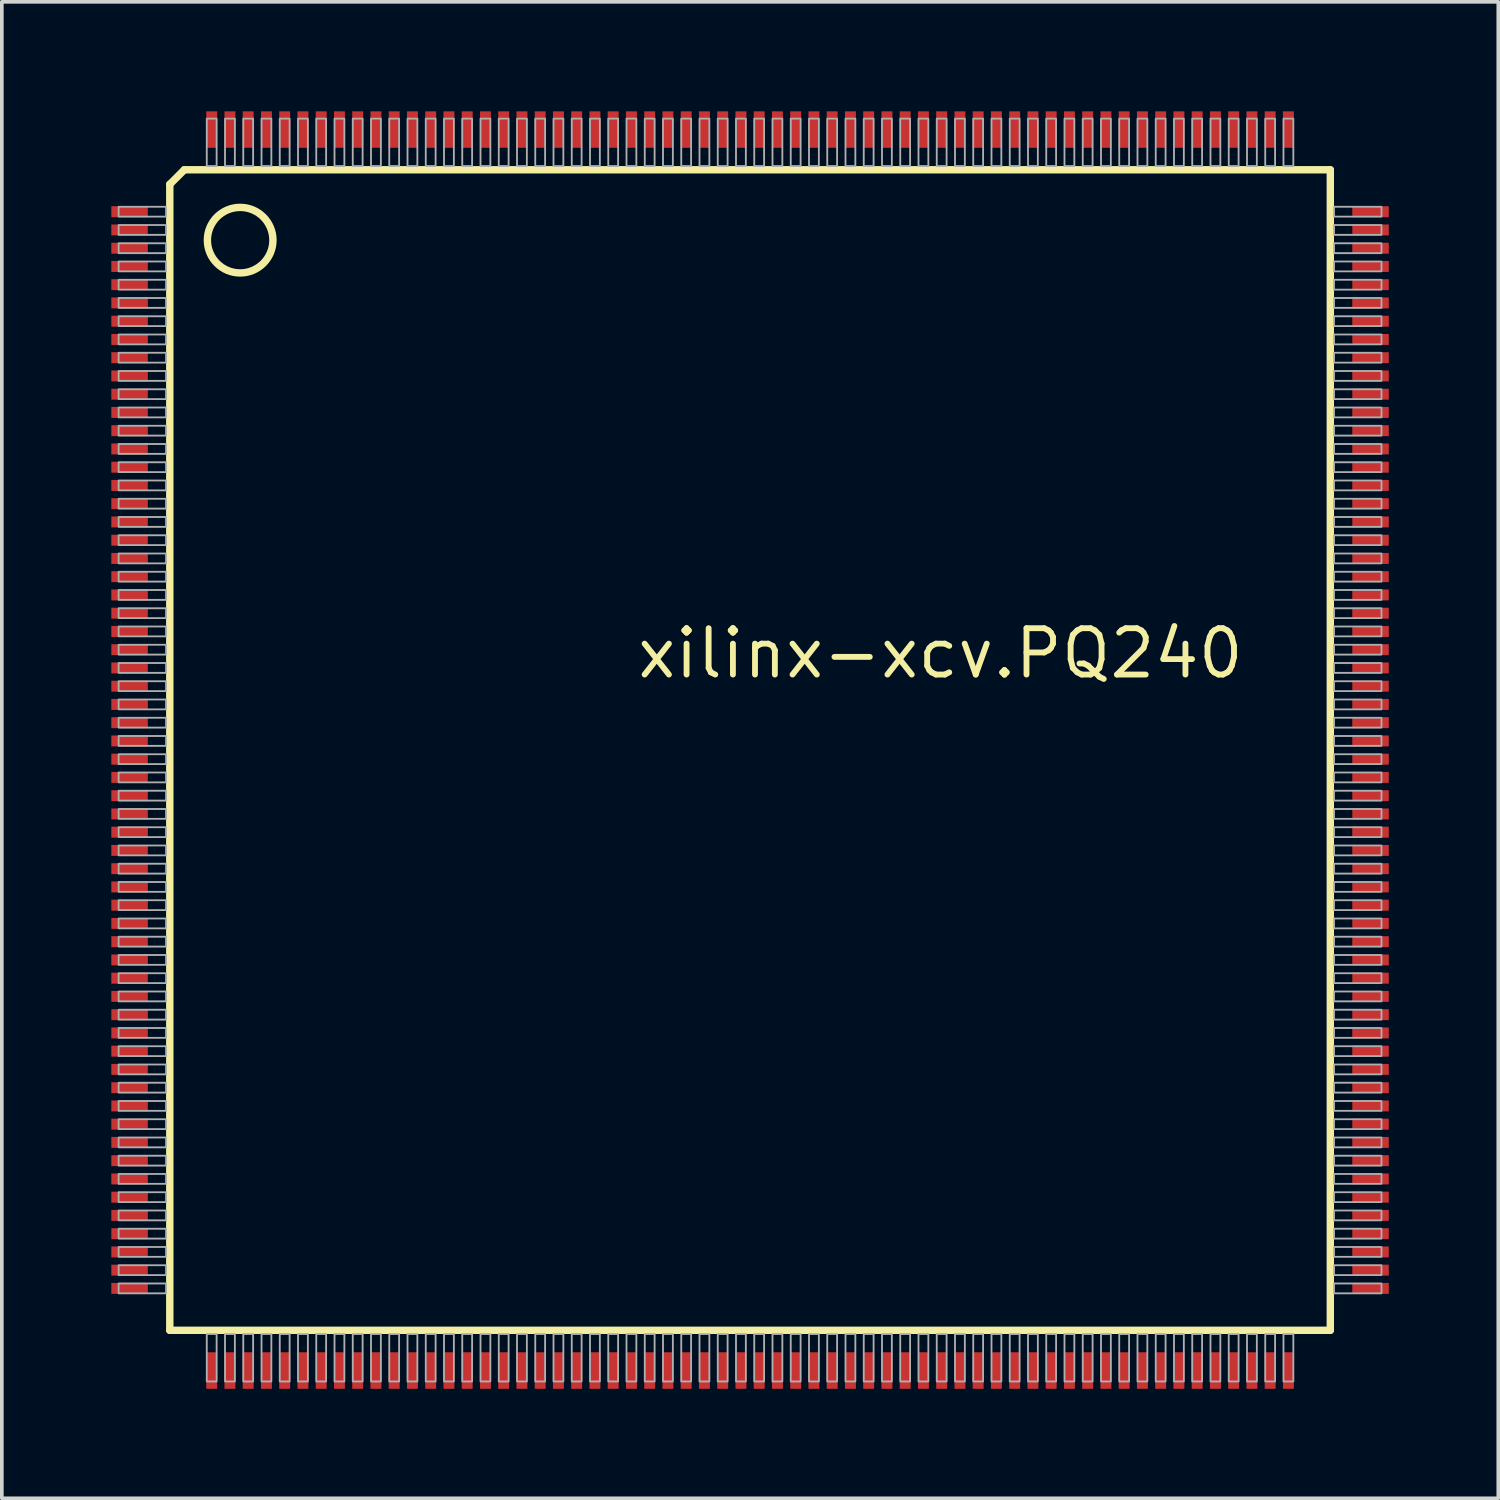
<source format=kicad_pcb>
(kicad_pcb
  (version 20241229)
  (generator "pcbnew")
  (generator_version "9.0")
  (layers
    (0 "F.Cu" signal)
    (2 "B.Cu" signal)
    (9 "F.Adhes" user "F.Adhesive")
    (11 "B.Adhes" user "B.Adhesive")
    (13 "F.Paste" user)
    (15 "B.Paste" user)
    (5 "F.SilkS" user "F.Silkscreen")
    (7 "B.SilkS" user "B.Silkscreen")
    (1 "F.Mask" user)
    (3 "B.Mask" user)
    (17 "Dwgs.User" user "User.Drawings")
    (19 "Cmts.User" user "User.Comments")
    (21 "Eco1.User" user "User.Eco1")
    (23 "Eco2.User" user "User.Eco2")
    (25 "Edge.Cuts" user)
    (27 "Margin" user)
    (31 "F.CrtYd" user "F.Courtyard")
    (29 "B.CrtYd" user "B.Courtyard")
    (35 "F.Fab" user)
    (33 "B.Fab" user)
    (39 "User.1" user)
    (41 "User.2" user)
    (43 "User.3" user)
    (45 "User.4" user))
  (footprint "xilinx-xcv.PQ240"
    (layer "F.Cu")
    (at 17.5 17.5)
    (property "Reference" "xilinx-xcv.PQ240" (at -3.175 -1.905 0) (layer "F.SilkS") (effects (font (size 1.27 1.27) (thickness 0.16)) (justify left bottom)))
    (attr smd)
    (fp_line (start -15.898 -15.5) (end -15.898 15.898) (stroke (width 0.203) (type default)) (layer "F.SilkS"))
    (fp_line (start -15.898 -15.5) (end -15.5 -15.898) (stroke (width 0.203) (type default)) (layer "F.SilkS"))
    (fp_line (start -15.898 15.898) (end 15.898 15.898) (stroke (width 0.203) (type default)) (layer "F.SilkS"))
    (fp_line (start 15.898 -15.898) (end -15.5 -15.898) (stroke (width 0.203) (type default)) (layer "F.SilkS"))
    (fp_line (start 15.898 15.898) (end 15.898 -15.898) (stroke (width 0.203) (type default)) (layer "F.SilkS"))
    (fp_circle (center -13.97 -13.97) (end -13.072 -13.97) (stroke (width 0.203) (type default)) (fill no) (layer "F.SilkS"))
    (fp_rect (start -17.3 -14.615) (end -16 -14.885) (stroke (width 0.05) (type default)) (fill no) (layer "F.Fab"))
    (fp_rect (start -17.3 -14.115) (end -16 -14.385) (stroke (width 0.05) (type default)) (fill no) (layer "F.Fab"))
    (fp_rect (start -17.3 -13.615) (end -16 -13.885) (stroke (width 0.05) (type default)) (fill no) (layer "F.Fab"))
    (fp_rect (start -17.3 -13.115) (end -16 -13.385) (stroke (width 0.05) (type default)) (fill no) (layer "F.Fab"))
    (fp_rect (start -17.3 -12.615) (end -16 -12.885) (stroke (width 0.05) (type default)) (fill no) (layer "F.Fab"))
    (fp_rect (start -17.3 -12.115) (end -16 -12.385) (stroke (width 0.05) (type default)) (fill no) (layer "F.Fab"))
    (fp_rect (start -17.3 -11.615) (end -16 -11.885) (stroke (width 0.05) (type default)) (fill no) (layer "F.Fab"))
    (fp_rect (start -17.3 -11.115) (end -16 -11.385) (stroke (width 0.05) (type default)) (fill no) (layer "F.Fab"))
    (fp_rect (start -17.3 -10.615) (end -16 -10.885) (stroke (width 0.05) (type default)) (fill no) (layer "F.Fab"))
    (fp_rect (start -17.3 -10.115) (end -16 -10.385) (stroke (width 0.05) (type default)) (fill no) (layer "F.Fab"))
    (fp_rect (start -17.3 -9.615) (end -16 -9.885) (stroke (width 0.05) (type default)) (fill no) (layer "F.Fab"))
    (fp_rect (start -17.3 -9.115) (end -16 -9.385) (stroke (width 0.05) (type default)) (fill no) (layer "F.Fab"))
    (fp_rect (start -17.3 -8.615) (end -16 -8.885) (stroke (width 0.05) (type default)) (fill no) (layer "F.Fab"))
    (fp_rect (start -17.3 -8.115) (end -16 -8.385) (stroke (width 0.05) (type default)) (fill no) (layer "F.Fab"))
    (fp_rect (start -17.3 -7.615) (end -16 -7.885) (stroke (width 0.05) (type default)) (fill no) (layer "F.Fab"))
    (fp_rect (start -17.3 -7.115) (end -16 -7.385) (stroke (width 0.05) (type default)) (fill no) (layer "F.Fab"))
    (fp_rect (start -17.3 -6.615) (end -16 -6.885) (stroke (width 0.05) (type default)) (fill no) (layer "F.Fab"))
    (fp_rect (start -17.3 -6.115) (end -16 -6.385) (stroke (width 0.05) (type default)) (fill no) (layer "F.Fab"))
    (fp_rect (start -17.3 -5.615) (end -16 -5.885) (stroke (width 0.05) (type default)) (fill no) (layer "F.Fab"))
    (fp_rect (start -17.3 -5.115) (end -16 -5.385) (stroke (width 0.05) (type default)) (fill no) (layer "F.Fab"))
    (fp_rect (start -17.3 -4.615) (end -16 -4.885) (stroke (width 0.05) (type default)) (fill no) (layer "F.Fab"))
    (fp_rect (start -17.3 -4.115) (end -16 -4.385) (stroke (width 0.05) (type default)) (fill no) (layer "F.Fab"))
    (fp_rect (start -17.3 -3.615) (end -16 -3.885) (stroke (width 0.05) (type default)) (fill no) (layer "F.Fab"))
    (fp_rect (start -17.3 -3.115) (end -16 -3.385) (stroke (width 0.05) (type default)) (fill no) (layer "F.Fab"))
    (fp_rect (start -17.3 -2.615) (end -16 -2.885) (stroke (width 0.05) (type default)) (fill no) (layer "F.Fab"))
    (fp_rect (start -17.3 -2.115) (end -16 -2.385) (stroke (width 0.05) (type default)) (fill no) (layer "F.Fab"))
    (fp_rect (start -17.3 -1.615) (end -16 -1.885) (stroke (width 0.05) (type default)) (fill no) (layer "F.Fab"))
    (fp_rect (start -17.3 -1.115) (end -16 -1.385) (stroke (width 0.05) (type default)) (fill no) (layer "F.Fab"))
    (fp_rect (start -17.3 -0.615) (end -16 -0.885) (stroke (width 0.05) (type default)) (fill no) (layer "F.Fab"))
    (fp_rect (start -17.3 -0.115) (end -16 -0.385) (stroke (width 0.05) (type default)) (fill no) (layer "F.Fab"))
    (fp_rect (start -17.3 0.385) (end -16 0.115) (stroke (width 0.05) (type default)) (fill no) (layer "F.Fab"))
    (fp_rect (start -17.3 0.885) (end -16 0.615) (stroke (width 0.05) (type default)) (fill no) (layer "F.Fab"))
    (fp_rect (start -17.3 1.385) (end -16 1.115) (stroke (width 0.05) (type default)) (fill no) (layer "F.Fab"))
    (fp_rect (start -17.3 1.885) (end -16 1.615) (stroke (width 0.05) (type default)) (fill no) (layer "F.Fab"))
    (fp_rect (start -17.3 2.385) (end -16 2.115) (stroke (width 0.05) (type default)) (fill no) (layer "F.Fab"))
    (fp_rect (start -17.3 2.885) (end -16 2.615) (stroke (width 0.05) (type default)) (fill no) (layer "F.Fab"))
    (fp_rect (start -17.3 3.385) (end -16 3.115) (stroke (width 0.05) (type default)) (fill no) (layer "F.Fab"))
    (fp_rect (start -17.3 3.885) (end -16 3.615) (stroke (width 0.05) (type default)) (fill no) (layer "F.Fab"))
    (fp_rect (start -17.3 4.385) (end -16 4.115) (stroke (width 0.05) (type default)) (fill no) (layer "F.Fab"))
    (fp_rect (start -17.3 4.885) (end -16 4.615) (stroke (width 0.05) (type default)) (fill no) (layer "F.Fab"))
    (fp_rect (start -17.3 5.385) (end -16 5.115) (stroke (width 0.05) (type default)) (fill no) (layer "F.Fab"))
    (fp_rect (start -17.3 5.885) (end -16 5.615) (stroke (width 0.05) (type default)) (fill no) (layer "F.Fab"))
    (fp_rect (start -17.3 6.385) (end -16 6.115) (stroke (width 0.05) (type default)) (fill no) (layer "F.Fab"))
    (fp_rect (start -17.3 6.885) (end -16 6.615) (stroke (width 0.05) (type default)) (fill no) (layer "F.Fab"))
    (fp_rect (start -17.3 7.385) (end -16 7.115) (stroke (width 0.05) (type default)) (fill no) (layer "F.Fab"))
    (fp_rect (start -17.3 7.885) (end -16 7.615) (stroke (width 0.05) (type default)) (fill no) (layer "F.Fab"))
    (fp_rect (start -17.3 8.385) (end -16 8.115) (stroke (width 0.05) (type default)) (fill no) (layer "F.Fab"))
    (fp_rect (start -17.3 8.885) (end -16 8.615) (stroke (width 0.05) (type default)) (fill no) (layer "F.Fab"))
    (fp_rect (start -17.3 9.385) (end -16 9.115) (stroke (width 0.05) (type default)) (fill no) (layer "F.Fab"))
    (fp_rect (start -17.3 9.885) (end -16 9.615) (stroke (width 0.05) (type default)) (fill no) (layer "F.Fab"))
    (fp_rect (start -17.3 10.385) (end -16 10.115) (stroke (width 0.05) (type default)) (fill no) (layer "F.Fab"))
    (fp_rect (start -17.3 10.885) (end -16 10.615) (stroke (width 0.05) (type default)) (fill no) (layer "F.Fab"))
    (fp_rect (start -17.3 11.385) (end -16 11.115) (stroke (width 0.05) (type default)) (fill no) (layer "F.Fab"))
    (fp_rect (start -17.3 11.885) (end -16 11.615) (stroke (width 0.05) (type default)) (fill no) (layer "F.Fab"))
    (fp_rect (start -17.3 12.385) (end -16 12.115) (stroke (width 0.05) (type default)) (fill no) (layer "F.Fab"))
    (fp_rect (start -17.3 12.885) (end -16 12.615) (stroke (width 0.05) (type default)) (fill no) (layer "F.Fab"))
    (fp_rect (start -17.3 13.385) (end -16 13.115) (stroke (width 0.05) (type default)) (fill no) (layer "F.Fab"))
    (fp_rect (start -17.3 13.885) (end -16 13.615) (stroke (width 0.05) (type default)) (fill no) (layer "F.Fab"))
    (fp_rect (start -17.3 14.385) (end -16 14.115) (stroke (width 0.05) (type default)) (fill no) (layer "F.Fab"))
    (fp_rect (start -17.3 14.885) (end -16 14.615) (stroke (width 0.05) (type default)) (fill no) (layer "F.Fab"))
    (fp_rect (start -14.885 -16) (end -14.615 -17.3) (stroke (width 0.05) (type default)) (fill no) (layer "F.Fab"))
    (fp_rect (start -14.885 17.3) (end -14.615 16) (stroke (width 0.05) (type default)) (fill no) (layer "F.Fab"))
    (fp_rect (start -14.385 -16) (end -14.115 -17.3) (stroke (width 0.05) (type default)) (fill no) (layer "F.Fab"))
    (fp_rect (start -14.385 17.3) (end -14.115 16) (stroke (width 0.05) (type default)) (fill no) (layer "F.Fab"))
    (fp_rect (start -13.885 -16) (end -13.615 -17.3) (stroke (width 0.05) (type default)) (fill no) (layer "F.Fab"))
    (fp_rect (start -13.885 17.3) (end -13.615 16) (stroke (width 0.05) (type default)) (fill no) (layer "F.Fab"))
    (fp_rect (start -13.385 -16) (end -13.115 -17.3) (stroke (width 0.05) (type default)) (fill no) (layer "F.Fab"))
    (fp_rect (start -13.385 17.3) (end -13.115 16) (stroke (width 0.05) (type default)) (fill no) (layer "F.Fab"))
    (fp_rect (start -12.885 -16) (end -12.615 -17.3) (stroke (width 0.05) (type default)) (fill no) (layer "F.Fab"))
    (fp_rect (start -12.885 17.3) (end -12.615 16) (stroke (width 0.05) (type default)) (fill no) (layer "F.Fab"))
    (fp_rect (start -12.385 -16) (end -12.115 -17.3) (stroke (width 0.05) (type default)) (fill no) (layer "F.Fab"))
    (fp_rect (start -12.385 17.3) (end -12.115 16) (stroke (width 0.05) (type default)) (fill no) (layer "F.Fab"))
    (fp_rect (start -11.885 -16) (end -11.615 -17.3) (stroke (width 0.05) (type default)) (fill no) (layer "F.Fab"))
    (fp_rect (start -11.885 17.3) (end -11.615 16) (stroke (width 0.05) (type default)) (fill no) (layer "F.Fab"))
    (fp_rect (start -11.385 -16) (end -11.115 -17.3) (stroke (width 0.05) (type default)) (fill no) (layer "F.Fab"))
    (fp_rect (start -11.385 17.3) (end -11.115 16) (stroke (width 0.05) (type default)) (fill no) (layer "F.Fab"))
    (fp_rect (start -10.885 -16) (end -10.615 -17.3) (stroke (width 0.05) (type default)) (fill no) (layer "F.Fab"))
    (fp_rect (start -10.885 17.3) (end -10.615 16) (stroke (width 0.05) (type default)) (fill no) (layer "F.Fab"))
    (fp_rect (start -10.385 -16) (end -10.115 -17.3) (stroke (width 0.05) (type default)) (fill no) (layer "F.Fab"))
    (fp_rect (start -10.385 17.3) (end -10.115 16) (stroke (width 0.05) (type default)) (fill no) (layer "F.Fab"))
    (fp_rect (start -9.885 -16) (end -9.615 -17.3) (stroke (width 0.05) (type default)) (fill no) (layer "F.Fab"))
    (fp_rect (start -9.885 17.3) (end -9.615 16) (stroke (width 0.05) (type default)) (fill no) (layer "F.Fab"))
    (fp_rect (start -9.385 -16) (end -9.115 -17.3) (stroke (width 0.05) (type default)) (fill no) (layer "F.Fab"))
    (fp_rect (start -9.385 17.3) (end -9.115 16) (stroke (width 0.05) (type default)) (fill no) (layer "F.Fab"))
    (fp_rect (start -8.885 -16) (end -8.615 -17.3) (stroke (width 0.05) (type default)) (fill no) (layer "F.Fab"))
    (fp_rect (start -8.885 17.3) (end -8.615 16) (stroke (width 0.05) (type default)) (fill no) (layer "F.Fab"))
    (fp_rect (start -8.385 -16) (end -8.115 -17.3) (stroke (width 0.05) (type default)) (fill no) (layer "F.Fab"))
    (fp_rect (start -8.385 17.3) (end -8.115 16) (stroke (width 0.05) (type default)) (fill no) (layer "F.Fab"))
    (fp_rect (start -7.885 -16) (end -7.615 -17.3) (stroke (width 0.05) (type default)) (fill no) (layer "F.Fab"))
    (fp_rect (start -7.885 17.3) (end -7.615 16) (stroke (width 0.05) (type default)) (fill no) (layer "F.Fab"))
    (fp_rect (start -7.385 -16) (end -7.115 -17.3) (stroke (width 0.05) (type default)) (fill no) (layer "F.Fab"))
    (fp_rect (start -7.385 17.3) (end -7.115 16) (stroke (width 0.05) (type default)) (fill no) (layer "F.Fab"))
    (fp_rect (start -6.885 -16) (end -6.615 -17.3) (stroke (width 0.05) (type default)) (fill no) (layer "F.Fab"))
    (fp_rect (start -6.885 17.3) (end -6.615 16) (stroke (width 0.05) (type default)) (fill no) (layer "F.Fab"))
    (fp_rect (start -6.385 -16) (end -6.115 -17.3) (stroke (width 0.05) (type default)) (fill no) (layer "F.Fab"))
    (fp_rect (start -6.385 17.3) (end -6.115 16) (stroke (width 0.05) (type default)) (fill no) (layer "F.Fab"))
    (fp_rect (start -5.885 -16) (end -5.615 -17.3) (stroke (width 0.05) (type default)) (fill no) (layer "F.Fab"))
    (fp_rect (start -5.885 17.3) (end -5.615 16) (stroke (width 0.05) (type default)) (fill no) (layer "F.Fab"))
    (fp_rect (start -5.385 -16) (end -5.115 -17.3) (stroke (width 0.05) (type default)) (fill no) (layer "F.Fab"))
    (fp_rect (start -5.385 17.3) (end -5.115 16) (stroke (width 0.05) (type default)) (fill no) (layer "F.Fab"))
    (fp_rect (start -4.885 -16) (end -4.615 -17.3) (stroke (width 0.05) (type default)) (fill no) (layer "F.Fab"))
    (fp_rect (start -4.885 17.3) (end -4.615 16) (stroke (width 0.05) (type default)) (fill no) (layer "F.Fab"))
    (fp_rect (start -4.385 -16) (end -4.115 -17.3) (stroke (width 0.05) (type default)) (fill no) (layer "F.Fab"))
    (fp_rect (start -4.385 17.3) (end -4.115 16) (stroke (width 0.05) (type default)) (fill no) (layer "F.Fab"))
    (fp_rect (start -3.885 -16) (end -3.615 -17.3) (stroke (width 0.05) (type default)) (fill no) (layer "F.Fab"))
    (fp_rect (start -3.885 17.3) (end -3.615 16) (stroke (width 0.05) (type default)) (fill no) (layer "F.Fab"))
    (fp_rect (start -3.385 -16) (end -3.115 -17.3) (stroke (width 0.05) (type default)) (fill no) (layer "F.Fab"))
    (fp_rect (start -3.385 17.3) (end -3.115 16) (stroke (width 0.05) (type default)) (fill no) (layer "F.Fab"))
    (fp_rect (start -2.885 -16) (end -2.615 -17.3) (stroke (width 0.05) (type default)) (fill no) (layer "F.Fab"))
    (fp_rect (start -2.885 17.3) (end -2.615 16) (stroke (width 0.05) (type default)) (fill no) (layer "F.Fab"))
    (fp_rect (start -2.385 -16) (end -2.115 -17.3) (stroke (width 0.05) (type default)) (fill no) (layer "F.Fab"))
    (fp_rect (start -2.385 17.3) (end -2.115 16) (stroke (width 0.05) (type default)) (fill no) (layer "F.Fab"))
    (fp_rect (start -1.885 -16) (end -1.615 -17.3) (stroke (width 0.05) (type default)) (fill no) (layer "F.Fab"))
    (fp_rect (start -1.885 17.3) (end -1.615 16) (stroke (width 0.05) (type default)) (fill no) (layer "F.Fab"))
    (fp_rect (start -1.385 -16) (end -1.115 -17.3) (stroke (width 0.05) (type default)) (fill no) (layer "F.Fab"))
    (fp_rect (start -1.385 17.3) (end -1.115 16) (stroke (width 0.05) (type default)) (fill no) (layer "F.Fab"))
    (fp_rect (start -0.885 -16) (end -0.615 -17.3) (stroke (width 0.05) (type default)) (fill no) (layer "F.Fab"))
    (fp_rect (start -0.885 17.3) (end -0.615 16) (stroke (width 0.05) (type default)) (fill no) (layer "F.Fab"))
    (fp_rect (start -0.385 -16) (end -0.115 -17.3) (stroke (width 0.05) (type default)) (fill no) (layer "F.Fab"))
    (fp_rect (start -0.385 17.3) (end -0.115 16) (stroke (width 0.05) (type default)) (fill no) (layer "F.Fab"))
    (fp_rect (start 0.115 -16) (end 0.385 -17.3) (stroke (width 0.05) (type default)) (fill no) (layer "F.Fab"))
    (fp_rect (start 0.115 17.3) (end 0.385 16) (stroke (width 0.05) (type default)) (fill no) (layer "F.Fab"))
    (fp_rect (start 0.615 -16) (end 0.885 -17.3) (stroke (width 0.05) (type default)) (fill no) (layer "F.Fab"))
    (fp_rect (start 0.615 17.3) (end 0.885 16) (stroke (width 0.05) (type default)) (fill no) (layer "F.Fab"))
    (fp_rect (start 1.115 -16) (end 1.385 -17.3) (stroke (width 0.05) (type default)) (fill no) (layer "F.Fab"))
    (fp_rect (start 1.115 17.3) (end 1.385 16) (stroke (width 0.05) (type default)) (fill no) (layer "F.Fab"))
    (fp_rect (start 1.615 -16) (end 1.885 -17.3) (stroke (width 0.05) (type default)) (fill no) (layer "F.Fab"))
    (fp_rect (start 1.615 17.3) (end 1.885 16) (stroke (width 0.05) (type default)) (fill no) (layer "F.Fab"))
    (fp_rect (start 2.115 -16) (end 2.385 -17.3) (stroke (width 0.05) (type default)) (fill no) (layer "F.Fab"))
    (fp_rect (start 2.115 17.3) (end 2.385 16) (stroke (width 0.05) (type default)) (fill no) (layer "F.Fab"))
    (fp_rect (start 2.615 -16) (end 2.885 -17.3) (stroke (width 0.05) (type default)) (fill no) (layer "F.Fab"))
    (fp_rect (start 2.615 17.3) (end 2.885 16) (stroke (width 0.05) (type default)) (fill no) (layer "F.Fab"))
    (fp_rect (start 3.115 -16) (end 3.385 -17.3) (stroke (width 0.05) (type default)) (fill no) (layer "F.Fab"))
    (fp_rect (start 3.115 17.3) (end 3.385 16) (stroke (width 0.05) (type default)) (fill no) (layer "F.Fab"))
    (fp_rect (start 3.615 -16) (end 3.885 -17.3) (stroke (width 0.05) (type default)) (fill no) (layer "F.Fab"))
    (fp_rect (start 3.615 17.3) (end 3.885 16) (stroke (width 0.05) (type default)) (fill no) (layer "F.Fab"))
    (fp_rect (start 4.115 -16) (end 4.385 -17.3) (stroke (width 0.05) (type default)) (fill no) (layer "F.Fab"))
    (fp_rect (start 4.115 17.3) (end 4.385 16) (stroke (width 0.05) (type default)) (fill no) (layer "F.Fab"))
    (fp_rect (start 4.615 -16) (end 4.885 -17.3) (stroke (width 0.05) (type default)) (fill no) (layer "F.Fab"))
    (fp_rect (start 4.615 17.3) (end 4.885 16) (stroke (width 0.05) (type default)) (fill no) (layer "F.Fab"))
    (fp_rect (start 5.115 -16) (end 5.385 -17.3) (stroke (width 0.05) (type default)) (fill no) (layer "F.Fab"))
    (fp_rect (start 5.115 17.3) (end 5.385 16) (stroke (width 0.05) (type default)) (fill no) (layer "F.Fab"))
    (fp_rect (start 5.615 -16) (end 5.885 -17.3) (stroke (width 0.05) (type default)) (fill no) (layer "F.Fab"))
    (fp_rect (start 5.615 17.3) (end 5.885 16) (stroke (width 0.05) (type default)) (fill no) (layer "F.Fab"))
    (fp_rect (start 6.115 -16) (end 6.385 -17.3) (stroke (width 0.05) (type default)) (fill no) (layer "F.Fab"))
    (fp_rect (start 6.115 17.3) (end 6.385 16) (stroke (width 0.05) (type default)) (fill no) (layer "F.Fab"))
    (fp_rect (start 6.615 -16) (end 6.885 -17.3) (stroke (width 0.05) (type default)) (fill no) (layer "F.Fab"))
    (fp_rect (start 6.615 17.3) (end 6.885 16) (stroke (width 0.05) (type default)) (fill no) (layer "F.Fab"))
    (fp_rect (start 7.115 -16) (end 7.385 -17.3) (stroke (width 0.05) (type default)) (fill no) (layer "F.Fab"))
    (fp_rect (start 7.115 17.3) (end 7.385 16) (stroke (width 0.05) (type default)) (fill no) (layer "F.Fab"))
    (fp_rect (start 7.615 -16) (end 7.885 -17.3) (stroke (width 0.05) (type default)) (fill no) (layer "F.Fab"))
    (fp_rect (start 7.615 17.3) (end 7.885 16) (stroke (width 0.05) (type default)) (fill no) (layer "F.Fab"))
    (fp_rect (start 8.115 -16) (end 8.385 -17.3) (stroke (width 0.05) (type default)) (fill no) (layer "F.Fab"))
    (fp_rect (start 8.115 17.3) (end 8.385 16) (stroke (width 0.05) (type default)) (fill no) (layer "F.Fab"))
    (fp_rect (start 8.615 -16) (end 8.885 -17.3) (stroke (width 0.05) (type default)) (fill no) (layer "F.Fab"))
    (fp_rect (start 8.615 17.3) (end 8.885 16) (stroke (width 0.05) (type default)) (fill no) (layer "F.Fab"))
    (fp_rect (start 9.115 -16) (end 9.385 -17.3) (stroke (width 0.05) (type default)) (fill no) (layer "F.Fab"))
    (fp_rect (start 9.115 17.3) (end 9.385 16) (stroke (width 0.05) (type default)) (fill no) (layer "F.Fab"))
    (fp_rect (start 9.615 -16) (end 9.885 -17.3) (stroke (width 0.05) (type default)) (fill no) (layer "F.Fab"))
    (fp_rect (start 9.615 17.3) (end 9.885 16) (stroke (width 0.05) (type default)) (fill no) (layer "F.Fab"))
    (fp_rect (start 10.115 -16) (end 10.385 -17.3) (stroke (width 0.05) (type default)) (fill no) (layer "F.Fab"))
    (fp_rect (start 10.115 17.3) (end 10.385 16) (stroke (width 0.05) (type default)) (fill no) (layer "F.Fab"))
    (fp_rect (start 10.615 -16) (end 10.885 -17.3) (stroke (width 0.05) (type default)) (fill no) (layer "F.Fab"))
    (fp_rect (start 10.615 17.3) (end 10.885 16) (stroke (width 0.05) (type default)) (fill no) (layer "F.Fab"))
    (fp_rect (start 11.115 -16) (end 11.385 -17.3) (stroke (width 0.05) (type default)) (fill no) (layer "F.Fab"))
    (fp_rect (start 11.115 17.3) (end 11.385 16) (stroke (width 0.05) (type default)) (fill no) (layer "F.Fab"))
    (fp_rect (start 11.615 -16) (end 11.885 -17.3) (stroke (width 0.05) (type default)) (fill no) (layer "F.Fab"))
    (fp_rect (start 11.615 17.3) (end 11.885 16) (stroke (width 0.05) (type default)) (fill no) (layer "F.Fab"))
    (fp_rect (start 12.115 -16) (end 12.385 -17.3) (stroke (width 0.05) (type default)) (fill no) (layer "F.Fab"))
    (fp_rect (start 12.115 17.3) (end 12.385 16) (stroke (width 0.05) (type default)) (fill no) (layer "F.Fab"))
    (fp_rect (start 12.615 -16) (end 12.885 -17.3) (stroke (width 0.05) (type default)) (fill no) (layer "F.Fab"))
    (fp_rect (start 12.615 17.3) (end 12.885 16) (stroke (width 0.05) (type default)) (fill no) (layer "F.Fab"))
    (fp_rect (start 13.115 -16) (end 13.385 -17.3) (stroke (width 0.05) (type default)) (fill no) (layer "F.Fab"))
    (fp_rect (start 13.115 17.3) (end 13.385 16) (stroke (width 0.05) (type default)) (fill no) (layer "F.Fab"))
    (fp_rect (start 13.615 -16) (end 13.885 -17.3) (stroke (width 0.05) (type default)) (fill no) (layer "F.Fab"))
    (fp_rect (start 13.615 17.3) (end 13.885 16) (stroke (width 0.05) (type default)) (fill no) (layer "F.Fab"))
    (fp_rect (start 14.115 -16) (end 14.385 -17.3) (stroke (width 0.05) (type default)) (fill no) (layer "F.Fab"))
    (fp_rect (start 14.115 17.3) (end 14.385 16) (stroke (width 0.05) (type default)) (fill no) (layer "F.Fab"))
    (fp_rect (start 14.615 -16) (end 14.885 -17.3) (stroke (width 0.05) (type default)) (fill no) (layer "F.Fab"))
    (fp_rect (start 14.615 17.3) (end 14.885 16) (stroke (width 0.05) (type default)) (fill no) (layer "F.Fab"))
    (fp_rect (start 16 -14.615) (end 17.3 -14.885) (stroke (width 0.05) (type default)) (fill no) (layer "F.Fab"))
    (fp_rect (start 16 -14.115) (end 17.3 -14.385) (stroke (width 0.05) (type default)) (fill no) (layer "F.Fab"))
    (fp_rect (start 16 -13.615) (end 17.3 -13.885) (stroke (width 0.05) (type default)) (fill no) (layer "F.Fab"))
    (fp_rect (start 16 -13.115) (end 17.3 -13.385) (stroke (width 0.05) (type default)) (fill no) (layer "F.Fab"))
    (fp_rect (start 16 -12.615) (end 17.3 -12.885) (stroke (width 0.05) (type default)) (fill no) (layer "F.Fab"))
    (fp_rect (start 16 -12.115) (end 17.3 -12.385) (stroke (width 0.05) (type default)) (fill no) (layer "F.Fab"))
    (fp_rect (start 16 -11.615) (end 17.3 -11.885) (stroke (width 0.05) (type default)) (fill no) (layer "F.Fab"))
    (fp_rect (start 16 -11.115) (end 17.3 -11.385) (stroke (width 0.05) (type default)) (fill no) (layer "F.Fab"))
    (fp_rect (start 16 -10.615) (end 17.3 -10.885) (stroke (width 0.05) (type default)) (fill no) (layer "F.Fab"))
    (fp_rect (start 16 -10.115) (end 17.3 -10.385) (stroke (width 0.05) (type default)) (fill no) (layer "F.Fab"))
    (fp_rect (start 16 -9.615) (end 17.3 -9.885) (stroke (width 0.05) (type default)) (fill no) (layer "F.Fab"))
    (fp_rect (start 16 -9.115) (end 17.3 -9.385) (stroke (width 0.05) (type default)) (fill no) (layer "F.Fab"))
    (fp_rect (start 16 -8.615) (end 17.3 -8.885) (stroke (width 0.05) (type default)) (fill no) (layer "F.Fab"))
    (fp_rect (start 16 -8.115) (end 17.3 -8.385) (stroke (width 0.05) (type default)) (fill no) (layer "F.Fab"))
    (fp_rect (start 16 -7.615) (end 17.3 -7.885) (stroke (width 0.05) (type default)) (fill no) (layer "F.Fab"))
    (fp_rect (start 16 -7.115) (end 17.3 -7.385) (stroke (width 0.05) (type default)) (fill no) (layer "F.Fab"))
    (fp_rect (start 16 -6.615) (end 17.3 -6.885) (stroke (width 0.05) (type default)) (fill no) (layer "F.Fab"))
    (fp_rect (start 16 -6.115) (end 17.3 -6.385) (stroke (width 0.05) (type default)) (fill no) (layer "F.Fab"))
    (fp_rect (start 16 -5.615) (end 17.3 -5.885) (stroke (width 0.05) (type default)) (fill no) (layer "F.Fab"))
    (fp_rect (start 16 -5.115) (end 17.3 -5.385) (stroke (width 0.05) (type default)) (fill no) (layer "F.Fab"))
    (fp_rect (start 16 -4.615) (end 17.3 -4.885) (stroke (width 0.05) (type default)) (fill no) (layer "F.Fab"))
    (fp_rect (start 16 -4.115) (end 17.3 -4.385) (stroke (width 0.05) (type default)) (fill no) (layer "F.Fab"))
    (fp_rect (start 16 -3.615) (end 17.3 -3.885) (stroke (width 0.05) (type default)) (fill no) (layer "F.Fab"))
    (fp_rect (start 16 -3.115) (end 17.3 -3.385) (stroke (width 0.05) (type default)) (fill no) (layer "F.Fab"))
    (fp_rect (start 16 -2.615) (end 17.3 -2.885) (stroke (width 0.05) (type default)) (fill no) (layer "F.Fab"))
    (fp_rect (start 16 -2.115) (end 17.3 -2.385) (stroke (width 0.05) (type default)) (fill no) (layer "F.Fab"))
    (fp_rect (start 16 -1.615) (end 17.3 -1.885) (stroke (width 0.05) (type default)) (fill no) (layer "F.Fab"))
    (fp_rect (start 16 -1.115) (end 17.3 -1.385) (stroke (width 0.05) (type default)) (fill no) (layer "F.Fab"))
    (fp_rect (start 16 -0.615) (end 17.3 -0.885) (stroke (width 0.05) (type default)) (fill no) (layer "F.Fab"))
    (fp_rect (start 16 -0.115) (end 17.3 -0.385) (stroke (width 0.05) (type default)) (fill no) (layer "F.Fab"))
    (fp_rect (start 16 0.385) (end 17.3 0.115) (stroke (width 0.05) (type default)) (fill no) (layer "F.Fab"))
    (fp_rect (start 16 0.885) (end 17.3 0.615) (stroke (width 0.05) (type default)) (fill no) (layer "F.Fab"))
    (fp_rect (start 16 1.385) (end 17.3 1.115) (stroke (width 0.05) (type default)) (fill no) (layer "F.Fab"))
    (fp_rect (start 16 1.885) (end 17.3 1.615) (stroke (width 0.05) (type default)) (fill no) (layer "F.Fab"))
    (fp_rect (start 16 2.385) (end 17.3 2.115) (stroke (width 0.05) (type default)) (fill no) (layer "F.Fab"))
    (fp_rect (start 16 2.885) (end 17.3 2.615) (stroke (width 0.05) (type default)) (fill no) (layer "F.Fab"))
    (fp_rect (start 16 3.385) (end 17.3 3.115) (stroke (width 0.05) (type default)) (fill no) (layer "F.Fab"))
    (fp_rect (start 16 3.885) (end 17.3 3.615) (stroke (width 0.05) (type default)) (fill no) (layer "F.Fab"))
    (fp_rect (start 16 4.385) (end 17.3 4.115) (stroke (width 0.05) (type default)) (fill no) (layer "F.Fab"))
    (fp_rect (start 16 4.885) (end 17.3 4.615) (stroke (width 0.05) (type default)) (fill no) (layer "F.Fab"))
    (fp_rect (start 16 5.385) (end 17.3 5.115) (stroke (width 0.05) (type default)) (fill no) (layer "F.Fab"))
    (fp_rect (start 16 5.885) (end 17.3 5.615) (stroke (width 0.05) (type default)) (fill no) (layer "F.Fab"))
    (fp_rect (start 16 6.385) (end 17.3 6.115) (stroke (width 0.05) (type default)) (fill no) (layer "F.Fab"))
    (fp_rect (start 16 6.885) (end 17.3 6.615) (stroke (width 0.05) (type default)) (fill no) (layer "F.Fab"))
    (fp_rect (start 16 7.385) (end 17.3 7.115) (stroke (width 0.05) (type default)) (fill no) (layer "F.Fab"))
    (fp_rect (start 16 7.885) (end 17.3 7.615) (stroke (width 0.05) (type default)) (fill no) (layer "F.Fab"))
    (fp_rect (start 16 8.385) (end 17.3 8.115) (stroke (width 0.05) (type default)) (fill no) (layer "F.Fab"))
    (fp_rect (start 16 8.885) (end 17.3 8.615) (stroke (width 0.05) (type default)) (fill no) (layer "F.Fab"))
    (fp_rect (start 16 9.385) (end 17.3 9.115) (stroke (width 0.05) (type default)) (fill no) (layer "F.Fab"))
    (fp_rect (start 16 9.885) (end 17.3 9.615) (stroke (width 0.05) (type default)) (fill no) (layer "F.Fab"))
    (fp_rect (start 16 10.385) (end 17.3 10.115) (stroke (width 0.05) (type default)) (fill no) (layer "F.Fab"))
    (fp_rect (start 16 10.885) (end 17.3 10.615) (stroke (width 0.05) (type default)) (fill no) (layer "F.Fab"))
    (fp_rect (start 16 11.385) (end 17.3 11.115) (stroke (width 0.05) (type default)) (fill no) (layer "F.Fab"))
    (fp_rect (start 16 11.885) (end 17.3 11.615) (stroke (width 0.05) (type default)) (fill no) (layer "F.Fab"))
    (fp_rect (start 16 12.385) (end 17.3 12.115) (stroke (width 0.05) (type default)) (fill no) (layer "F.Fab"))
    (fp_rect (start 16 12.885) (end 17.3 12.615) (stroke (width 0.05) (type default)) (fill no) (layer "F.Fab"))
    (fp_rect (start 16 13.385) (end 17.3 13.115) (stroke (width 0.05) (type default)) (fill no) (layer "F.Fab"))
    (fp_rect (start 16 13.885) (end 17.3 13.615) (stroke (width 0.05) (type default)) (fill no) (layer "F.Fab"))
    (fp_rect (start 16 14.385) (end 17.3 14.115) (stroke (width 0.05) (type default)) (fill no) (layer "F.Fab"))
    (fp_rect (start 16 14.885) (end 17.3 14.615) (stroke (width 0.05) (type default)) (fill no) (layer "F.Fab"))
    (pad "1" smd roundrect (at -17 -14.75) (size 1 0.3) (layers "F.Cu" "F.Mask" "F.Paste") (roundrect_rratio 0.01))
    (pad "2" smd roundrect (at -17 -14.25) (size 1 0.3) (layers "F.Cu" "F.Mask" "F.Paste") (roundrect_rratio 0.01))
    (pad "3" smd roundrect (at -17 -13.75) (size 1 0.3) (layers "F.Cu" "F.Mask" "F.Paste") (roundrect_rratio 0.01))
    (pad "4" smd roundrect (at -17 -13.25) (size 1 0.3) (layers "F.Cu" "F.Mask" "F.Paste") (roundrect_rratio 0.01))
    (pad "5" smd roundrect (at -17 -12.75) (size 1 0.3) (layers "F.Cu" "F.Mask" "F.Paste") (roundrect_rratio 0.01))
    (pad "6" smd roundrect (at -17 -12.25) (size 1 0.3) (layers "F.Cu" "F.Mask" "F.Paste") (roundrect_rratio 0.01))
    (pad "7" smd roundrect (at -17 -11.75) (size 1 0.3) (layers "F.Cu" "F.Mask" "F.Paste") (roundrect_rratio 0.01))
    (pad "8" smd roundrect (at -17 -11.25) (size 1 0.3) (layers "F.Cu" "F.Mask" "F.Paste") (roundrect_rratio 0.01))
    (pad "9" smd roundrect (at -17 -10.75) (size 1 0.3) (layers "F.Cu" "F.Mask" "F.Paste") (roundrect_rratio 0.01))
    (pad "10" smd roundrect (at -17 -10.25) (size 1 0.3) (layers "F.Cu" "F.Mask" "F.Paste") (roundrect_rratio 0.01))
    (pad "11" smd roundrect (at -17 -9.75) (size 1 0.3) (layers "F.Cu" "F.Mask" "F.Paste") (roundrect_rratio 0.01))
    (pad "12" smd roundrect (at -17 -9.25) (size 1 0.3) (layers "F.Cu" "F.Mask" "F.Paste") (roundrect_rratio 0.01))
    (pad "13" smd roundrect (at -17 -8.75) (size 1 0.3) (layers "F.Cu" "F.Mask" "F.Paste") (roundrect_rratio 0.01))
    (pad "14" smd roundrect (at -17 -8.25) (size 1 0.3) (layers "F.Cu" "F.Mask" "F.Paste") (roundrect_rratio 0.01))
    (pad "15" smd roundrect (at -17 -7.75) (size 1 0.3) (layers "F.Cu" "F.Mask" "F.Paste") (roundrect_rratio 0.01))
    (pad "16" smd roundrect (at -17 -7.25) (size 1 0.3) (layers "F.Cu" "F.Mask" "F.Paste") (roundrect_rratio 0.01))
    (pad "17" smd roundrect (at -17 -6.75) (size 1 0.3) (layers "F.Cu" "F.Mask" "F.Paste") (roundrect_rratio 0.01))
    (pad "18" smd roundrect (at -17 -6.25) (size 1 0.3) (layers "F.Cu" "F.Mask" "F.Paste") (roundrect_rratio 0.01))
    (pad "19" smd roundrect (at -17 -5.75) (size 1 0.3) (layers "F.Cu" "F.Mask" "F.Paste") (roundrect_rratio 0.01))
    (pad "20" smd roundrect (at -17 -5.25) (size 1 0.3) (layers "F.Cu" "F.Mask" "F.Paste") (roundrect_rratio 0.01))
    (pad "21" smd roundrect (at -17 -4.75) (size 1 0.3) (layers "F.Cu" "F.Mask" "F.Paste") (roundrect_rratio 0.01))
    (pad "22" smd roundrect (at -17 -4.25) (size 1 0.3) (layers "F.Cu" "F.Mask" "F.Paste") (roundrect_rratio 0.01))
    (pad "23" smd roundrect (at -17 -3.75) (size 1 0.3) (layers "F.Cu" "F.Mask" "F.Paste") (roundrect_rratio 0.01))
    (pad "24" smd roundrect (at -17 -3.25) (size 1 0.3) (layers "F.Cu" "F.Mask" "F.Paste") (roundrect_rratio 0.01))
    (pad "25" smd roundrect (at -17 -2.75) (size 1 0.3) (layers "F.Cu" "F.Mask" "F.Paste") (roundrect_rratio 0.01))
    (pad "26" smd roundrect (at -17 -2.25) (size 1 0.3) (layers "F.Cu" "F.Mask" "F.Paste") (roundrect_rratio 0.01))
    (pad "27" smd roundrect (at -17 -1.75) (size 1 0.3) (layers "F.Cu" "F.Mask" "F.Paste") (roundrect_rratio 0.01))
    (pad "28" smd roundrect (at -17 -1.25) (size 1 0.3) (layers "F.Cu" "F.Mask" "F.Paste") (roundrect_rratio 0.01))
    (pad "29" smd roundrect (at -17 -0.75) (size 1 0.3) (layers "F.Cu" "F.Mask" "F.Paste") (roundrect_rratio 0.01))
    (pad "30" smd roundrect (at -17 -0.25) (size 1 0.3) (layers "F.Cu" "F.Mask" "F.Paste") (roundrect_rratio 0.01))
    (pad "31" smd roundrect (at -17 0.25) (size 1 0.3) (layers "F.Cu" "F.Mask" "F.Paste") (roundrect_rratio 0.01))
    (pad "32" smd roundrect (at -17 0.75) (size 1 0.3) (layers "F.Cu" "F.Mask" "F.Paste") (roundrect_rratio 0.01))
    (pad "33" smd roundrect (at -17 1.25) (size 1 0.3) (layers "F.Cu" "F.Mask" "F.Paste") (roundrect_rratio 0.01))
    (pad "34" smd roundrect (at -17 1.75) (size 1 0.3) (layers "F.Cu" "F.Mask" "F.Paste") (roundrect_rratio 0.01))
    (pad "35" smd roundrect (at -17 2.25) (size 1 0.3) (layers "F.Cu" "F.Mask" "F.Paste") (roundrect_rratio 0.01))
    (pad "36" smd roundrect (at -17 2.75) (size 1 0.3) (layers "F.Cu" "F.Mask" "F.Paste") (roundrect_rratio 0.01))
    (pad "37" smd roundrect (at -17 3.25) (size 1 0.3) (layers "F.Cu" "F.Mask" "F.Paste") (roundrect_rratio 0.01))
    (pad "38" smd roundrect (at -17 3.75) (size 1 0.3) (layers "F.Cu" "F.Mask" "F.Paste") (roundrect_rratio 0.01))
    (pad "39" smd roundrect (at -17 4.25) (size 1 0.3) (layers "F.Cu" "F.Mask" "F.Paste") (roundrect_rratio 0.01))
    (pad "40" smd roundrect (at -17 4.75) (size 1 0.3) (layers "F.Cu" "F.Mask" "F.Paste") (roundrect_rratio 0.01))
    (pad "41" smd roundrect (at -17 5.25) (size 1 0.3) (layers "F.Cu" "F.Mask" "F.Paste") (roundrect_rratio 0.01))
    (pad "42" smd roundrect (at -17 5.75) (size 1 0.3) (layers "F.Cu" "F.Mask" "F.Paste") (roundrect_rratio 0.01))
    (pad "43" smd roundrect (at -17 6.25) (size 1 0.3) (layers "F.Cu" "F.Mask" "F.Paste") (roundrect_rratio 0.01))
    (pad "44" smd roundrect (at -17 6.75) (size 1 0.3) (layers "F.Cu" "F.Mask" "F.Paste") (roundrect_rratio 0.01))
    (pad "45" smd roundrect (at -17 7.25) (size 1 0.3) (layers "F.Cu" "F.Mask" "F.Paste") (roundrect_rratio 0.01))
    (pad "46" smd roundrect (at -17 7.75) (size 1 0.3) (layers "F.Cu" "F.Mask" "F.Paste") (roundrect_rratio 0.01))
    (pad "47" smd roundrect (at -17 8.25) (size 1 0.3) (layers "F.Cu" "F.Mask" "F.Paste") (roundrect_rratio 0.01))
    (pad "48" smd roundrect (at -17 8.75) (size 1 0.3) (layers "F.Cu" "F.Mask" "F.Paste") (roundrect_rratio 0.01))
    (pad "49" smd roundrect (at -17 9.25) (size 1 0.3) (layers "F.Cu" "F.Mask" "F.Paste") (roundrect_rratio 0.01))
    (pad "50" smd roundrect (at -17 9.75) (size 1 0.3) (layers "F.Cu" "F.Mask" "F.Paste") (roundrect_rratio 0.01))
    (pad "51" smd roundrect (at -17 10.25) (size 1 0.3) (layers "F.Cu" "F.Mask" "F.Paste") (roundrect_rratio 0.01))
    (pad "52" smd roundrect (at -17 10.75) (size 1 0.3) (layers "F.Cu" "F.Mask" "F.Paste") (roundrect_rratio 0.01))
    (pad "53" smd roundrect (at -17 11.25) (size 1 0.3) (layers "F.Cu" "F.Mask" "F.Paste") (roundrect_rratio 0.01))
    (pad "54" smd roundrect (at -17 11.75) (size 1 0.3) (layers "F.Cu" "F.Mask" "F.Paste") (roundrect_rratio 0.01))
    (pad "55" smd roundrect (at -17 12.25) (size 1 0.3) (layers "F.Cu" "F.Mask" "F.Paste") (roundrect_rratio 0.01))
    (pad "56" smd roundrect (at -17 12.75) (size 1 0.3) (layers "F.Cu" "F.Mask" "F.Paste") (roundrect_rratio 0.01))
    (pad "57" smd roundrect (at -17 13.25) (size 1 0.3) (layers "F.Cu" "F.Mask" "F.Paste") (roundrect_rratio 0.01))
    (pad "58" smd roundrect (at -17 13.75) (size 1 0.3) (layers "F.Cu" "F.Mask" "F.Paste") (roundrect_rratio 0.01))
    (pad "59" smd roundrect (at -17 14.25) (size 1 0.3) (layers "F.Cu" "F.Mask" "F.Paste") (roundrect_rratio 0.01))
    (pad "60" smd roundrect (at -17 14.75) (size 1 0.3) (layers "F.Cu" "F.Mask" "F.Paste") (roundrect_rratio 0.01))
    (pad "61" smd roundrect (at -14.75 17) (size 0.3 1) (layers "F.Cu" "F.Mask" "F.Paste") (roundrect_rratio 0.01))
    (pad "62" smd roundrect (at -14.25 17) (size 0.3 1) (layers "F.Cu" "F.Mask" "F.Paste") (roundrect_rratio 0.01))
    (pad "63" smd roundrect (at -13.75 17) (size 0.3 1) (layers "F.Cu" "F.Mask" "F.Paste") (roundrect_rratio 0.01))
    (pad "64" smd roundrect (at -13.25 17) (size 0.3 1) (layers "F.Cu" "F.Mask" "F.Paste") (roundrect_rratio 0.01))
    (pad "65" smd roundrect (at -12.75 17) (size 0.3 1) (layers "F.Cu" "F.Mask" "F.Paste") (roundrect_rratio 0.01))
    (pad "66" smd roundrect (at -12.25 17) (size 0.3 1) (layers "F.Cu" "F.Mask" "F.Paste") (roundrect_rratio 0.01))
    (pad "67" smd roundrect (at -11.75 17) (size 0.3 1) (layers "F.Cu" "F.Mask" "F.Paste") (roundrect_rratio 0.01))
    (pad "68" smd roundrect (at -11.25 17) (size 0.3 1) (layers "F.Cu" "F.Mask" "F.Paste") (roundrect_rratio 0.01))
    (pad "69" smd roundrect (at -10.75 17) (size 0.3 1) (layers "F.Cu" "F.Mask" "F.Paste") (roundrect_rratio 0.01))
    (pad "70" smd roundrect (at -10.25 17) (size 0.3 1) (layers "F.Cu" "F.Mask" "F.Paste") (roundrect_rratio 0.01))
    (pad "71" smd roundrect (at -9.75 17) (size 0.3 1) (layers "F.Cu" "F.Mask" "F.Paste") (roundrect_rratio 0.01))
    (pad "72" smd roundrect (at -9.25 17) (size 0.3 1) (layers "F.Cu" "F.Mask" "F.Paste") (roundrect_rratio 0.01))
    (pad "73" smd roundrect (at -8.75 17) (size 0.3 1) (layers "F.Cu" "F.Mask" "F.Paste") (roundrect_rratio 0.01))
    (pad "74" smd roundrect (at -8.25 17) (size 0.3 1) (layers "F.Cu" "F.Mask" "F.Paste") (roundrect_rratio 0.01))
    (pad "75" smd roundrect (at -7.75 17) (size 0.3 1) (layers "F.Cu" "F.Mask" "F.Paste") (roundrect_rratio 0.01))
    (pad "76" smd roundrect (at -7.25 17) (size 0.3 1) (layers "F.Cu" "F.Mask" "F.Paste") (roundrect_rratio 0.01))
    (pad "77" smd roundrect (at -6.75 17) (size 0.3 1) (layers "F.Cu" "F.Mask" "F.Paste") (roundrect_rratio 0.01))
    (pad "78" smd roundrect (at -6.25 17) (size 0.3 1) (layers "F.Cu" "F.Mask" "F.Paste") (roundrect_rratio 0.01))
    (pad "79" smd roundrect (at -5.75 17) (size 0.3 1) (layers "F.Cu" "F.Mask" "F.Paste") (roundrect_rratio 0.01))
    (pad "80" smd roundrect (at -5.25 17) (size 0.3 1) (layers "F.Cu" "F.Mask" "F.Paste") (roundrect_rratio 0.01))
    (pad "81" smd roundrect (at -4.75 17) (size 0.3 1) (layers "F.Cu" "F.Mask" "F.Paste") (roundrect_rratio 0.01))
    (pad "82" smd roundrect (at -4.25 17) (size 0.3 1) (layers "F.Cu" "F.Mask" "F.Paste") (roundrect_rratio 0.01))
    (pad "83" smd roundrect (at -3.75 17) (size 0.3 1) (layers "F.Cu" "F.Mask" "F.Paste") (roundrect_rratio 0.01))
    (pad "84" smd roundrect (at -3.25 17) (size 0.3 1) (layers "F.Cu" "F.Mask" "F.Paste") (roundrect_rratio 0.01))
    (pad "85" smd roundrect (at -2.75 17) (size 0.3 1) (layers "F.Cu" "F.Mask" "F.Paste") (roundrect_rratio 0.01))
    (pad "86" smd roundrect (at -2.25 17) (size 0.3 1) (layers "F.Cu" "F.Mask" "F.Paste") (roundrect_rratio 0.01))
    (pad "87" smd roundrect (at -1.75 17) (size 0.3 1) (layers "F.Cu" "F.Mask" "F.Paste") (roundrect_rratio 0.01))
    (pad "88" smd roundrect (at -1.25 17) (size 0.3 1) (layers "F.Cu" "F.Mask" "F.Paste") (roundrect_rratio 0.01))
    (pad "89" smd roundrect (at -0.75 17) (size 0.3 1) (layers "F.Cu" "F.Mask" "F.Paste") (roundrect_rratio 0.01))
    (pad "90" smd roundrect (at -0.25 17) (size 0.3 1) (layers "F.Cu" "F.Mask" "F.Paste") (roundrect_rratio 0.01))
    (pad "91" smd roundrect (at 0.25 17) (size 0.3 1) (layers "F.Cu" "F.Mask" "F.Paste") (roundrect_rratio 0.01))
    (pad "92" smd roundrect (at 0.75 17) (size 0.3 1) (layers "F.Cu" "F.Mask" "F.Paste") (roundrect_rratio 0.01))
    (pad "93" smd roundrect (at 1.25 17) (size 0.3 1) (layers "F.Cu" "F.Mask" "F.Paste") (roundrect_rratio 0.01))
    (pad "94" smd roundrect (at 1.75 17) (size 0.3 1) (layers "F.Cu" "F.Mask" "F.Paste") (roundrect_rratio 0.01))
    (pad "95" smd roundrect (at 2.25 17) (size 0.3 1) (layers "F.Cu" "F.Mask" "F.Paste") (roundrect_rratio 0.01))
    (pad "96" smd roundrect (at 2.75 17) (size 0.3 1) (layers "F.Cu" "F.Mask" "F.Paste") (roundrect_rratio 0.01))
    (pad "97" smd roundrect (at 3.25 17) (size 0.3 1) (layers "F.Cu" "F.Mask" "F.Paste") (roundrect_rratio 0.01))
    (pad "98" smd roundrect (at 3.75 17) (size 0.3 1) (layers "F.Cu" "F.Mask" "F.Paste") (roundrect_rratio 0.01))
    (pad "99" smd roundrect (at 4.25 17) (size 0.3 1) (layers "F.Cu" "F.Mask" "F.Paste") (roundrect_rratio 0.01))
    (pad "100" smd roundrect (at 4.75 17) (size 0.3 1) (layers "F.Cu" "F.Mask" "F.Paste") (roundrect_rratio 0.01))
    (pad "101" smd roundrect (at 5.25 17) (size 0.3 1) (layers "F.Cu" "F.Mask" "F.Paste") (roundrect_rratio 0.01))
    (pad "102" smd roundrect (at 5.75 17) (size 0.3 1) (layers "F.Cu" "F.Mask" "F.Paste") (roundrect_rratio 0.01))
    (pad "103" smd roundrect (at 6.25 17) (size 0.3 1) (layers "F.Cu" "F.Mask" "F.Paste") (roundrect_rratio 0.01))
    (pad "104" smd roundrect (at 6.75 17) (size 0.3 1) (layers "F.Cu" "F.Mask" "F.Paste") (roundrect_rratio 0.01))
    (pad "105" smd roundrect (at 7.25 17) (size 0.3 1) (layers "F.Cu" "F.Mask" "F.Paste") (roundrect_rratio 0.01))
    (pad "106" smd roundrect (at 7.75 17) (size 0.3 1) (layers "F.Cu" "F.Mask" "F.Paste") (roundrect_rratio 0.01))
    (pad "107" smd roundrect (at 8.25 17) (size 0.3 1) (layers "F.Cu" "F.Mask" "F.Paste") (roundrect_rratio 0.01))
    (pad "108" smd roundrect (at 8.75 17) (size 0.3 1) (layers "F.Cu" "F.Mask" "F.Paste") (roundrect_rratio 0.01))
    (pad "109" smd roundrect (at 9.25 17) (size 0.3 1) (layers "F.Cu" "F.Mask" "F.Paste") (roundrect_rratio 0.01))
    (pad "110" smd roundrect (at 9.75 17) (size 0.3 1) (layers "F.Cu" "F.Mask" "F.Paste") (roundrect_rratio 0.01))
    (pad "111" smd roundrect (at 10.25 17) (size 0.3 1) (layers "F.Cu" "F.Mask" "F.Paste") (roundrect_rratio 0.01))
    (pad "112" smd roundrect (at 10.75 17) (size 0.3 1) (layers "F.Cu" "F.Mask" "F.Paste") (roundrect_rratio 0.01))
    (pad "113" smd roundrect (at 11.25 17) (size 0.3 1) (layers "F.Cu" "F.Mask" "F.Paste") (roundrect_rratio 0.01))
    (pad "114" smd roundrect (at 11.75 17) (size 0.3 1) (layers "F.Cu" "F.Mask" "F.Paste") (roundrect_rratio 0.01))
    (pad "115" smd roundrect (at 12.25 17) (size 0.3 1) (layers "F.Cu" "F.Mask" "F.Paste") (roundrect_rratio 0.01))
    (pad "116" smd roundrect (at 12.75 17) (size 0.3 1) (layers "F.Cu" "F.Mask" "F.Paste") (roundrect_rratio 0.01))
    (pad "117" smd roundrect (at 13.25 17) (size 0.3 1) (layers "F.Cu" "F.Mask" "F.Paste") (roundrect_rratio 0.01))
    (pad "118" smd roundrect (at 13.75 17) (size 0.3 1) (layers "F.Cu" "F.Mask" "F.Paste") (roundrect_rratio 0.01))
    (pad "119" smd roundrect (at 14.25 17) (size 0.3 1) (layers "F.Cu" "F.Mask" "F.Paste") (roundrect_rratio 0.01))
    (pad "120" smd roundrect (at 14.75 17) (size 0.3 1) (layers "F.Cu" "F.Mask" "F.Paste") (roundrect_rratio 0.01))
    (pad "121" smd roundrect (at 17 14.75) (size 1 0.3) (layers "F.Cu" "F.Mask" "F.Paste") (roundrect_rratio 0.01))
    (pad "122" smd roundrect (at 17 14.25) (size 1 0.3) (layers "F.Cu" "F.Mask" "F.Paste") (roundrect_rratio 0.01))
    (pad "123" smd roundrect (at 17 13.75) (size 1 0.3) (layers "F.Cu" "F.Mask" "F.Paste") (roundrect_rratio 0.01))
    (pad "124" smd roundrect (at 17 13.25) (size 1 0.3) (layers "F.Cu" "F.Mask" "F.Paste") (roundrect_rratio 0.01))
    (pad "125" smd roundrect (at 17 12.75) (size 1 0.3) (layers "F.Cu" "F.Mask" "F.Paste") (roundrect_rratio 0.01))
    (pad "126" smd roundrect (at 17 12.25) (size 1 0.3) (layers "F.Cu" "F.Mask" "F.Paste") (roundrect_rratio 0.01))
    (pad "127" smd roundrect (at 17 11.75) (size 1 0.3) (layers "F.Cu" "F.Mask" "F.Paste") (roundrect_rratio 0.01))
    (pad "128" smd roundrect (at 17 11.25) (size 1 0.3) (layers "F.Cu" "F.Mask" "F.Paste") (roundrect_rratio 0.01))
    (pad "129" smd roundrect (at 17 10.75) (size 1 0.3) (layers "F.Cu" "F.Mask" "F.Paste") (roundrect_rratio 0.01))
    (pad "130" smd roundrect (at 17 10.25) (size 1 0.3) (layers "F.Cu" "F.Mask" "F.Paste") (roundrect_rratio 0.01))
    (pad "131" smd roundrect (at 17 9.75) (size 1 0.3) (layers "F.Cu" "F.Mask" "F.Paste") (roundrect_rratio 0.01))
    (pad "132" smd roundrect (at 17 9.25) (size 1 0.3) (layers "F.Cu" "F.Mask" "F.Paste") (roundrect_rratio 0.01))
    (pad "133" smd roundrect (at 17 8.75) (size 1 0.3) (layers "F.Cu" "F.Mask" "F.Paste") (roundrect_rratio 0.01))
    (pad "134" smd roundrect (at 17 8.25) (size 1 0.3) (layers "F.Cu" "F.Mask" "F.Paste") (roundrect_rratio 0.01))
    (pad "135" smd roundrect (at 17 7.75) (size 1 0.3) (layers "F.Cu" "F.Mask" "F.Paste") (roundrect_rratio 0.01))
    (pad "136" smd roundrect (at 17 7.25) (size 1 0.3) (layers "F.Cu" "F.Mask" "F.Paste") (roundrect_rratio 0.01))
    (pad "137" smd roundrect (at 17 6.75) (size 1 0.3) (layers "F.Cu" "F.Mask" "F.Paste") (roundrect_rratio 0.01))
    (pad "138" smd roundrect (at 17 6.25) (size 1 0.3) (layers "F.Cu" "F.Mask" "F.Paste") (roundrect_rratio 0.01))
    (pad "139" smd roundrect (at 17 5.75) (size 1 0.3) (layers "F.Cu" "F.Mask" "F.Paste") (roundrect_rratio 0.01))
    (pad "140" smd roundrect (at 17 5.25) (size 1 0.3) (layers "F.Cu" "F.Mask" "F.Paste") (roundrect_rratio 0.01))
    (pad "141" smd roundrect (at 17 4.75) (size 1 0.3) (layers "F.Cu" "F.Mask" "F.Paste") (roundrect_rratio 0.01))
    (pad "142" smd roundrect (at 17 4.25) (size 1 0.3) (layers "F.Cu" "F.Mask" "F.Paste") (roundrect_rratio 0.01))
    (pad "143" smd roundrect (at 17 3.75) (size 1 0.3) (layers "F.Cu" "F.Mask" "F.Paste") (roundrect_rratio 0.01))
    (pad "144" smd roundrect (at 17 3.25) (size 1 0.3) (layers "F.Cu" "F.Mask" "F.Paste") (roundrect_rratio 0.01))
    (pad "145" smd roundrect (at 17 2.75) (size 1 0.3) (layers "F.Cu" "F.Mask" "F.Paste") (roundrect_rratio 0.01))
    (pad "146" smd roundrect (at 17 2.25) (size 1 0.3) (layers "F.Cu" "F.Mask" "F.Paste") (roundrect_rratio 0.01))
    (pad "147" smd roundrect (at 17 1.75) (size 1 0.3) (layers "F.Cu" "F.Mask" "F.Paste") (roundrect_rratio 0.01))
    (pad "148" smd roundrect (at 17 1.25) (size 1 0.3) (layers "F.Cu" "F.Mask" "F.Paste") (roundrect_rratio 0.01))
    (pad "149" smd roundrect (at 17 0.75) (size 1 0.3) (layers "F.Cu" "F.Mask" "F.Paste") (roundrect_rratio 0.01))
    (pad "150" smd roundrect (at 17 0.25) (size 1 0.3) (layers "F.Cu" "F.Mask" "F.Paste") (roundrect_rratio 0.01))
    (pad "151" smd roundrect (at 17 -0.25) (size 1 0.3) (layers "F.Cu" "F.Mask" "F.Paste") (roundrect_rratio 0.01))
    (pad "152" smd roundrect (at 17 -0.75) (size 1 0.3) (layers "F.Cu" "F.Mask" "F.Paste") (roundrect_rratio 0.01))
    (pad "153" smd roundrect (at 17 -1.25) (size 1 0.3) (layers "F.Cu" "F.Mask" "F.Paste") (roundrect_rratio 0.01))
    (pad "154" smd roundrect (at 17 -1.75) (size 1 0.3) (layers "F.Cu" "F.Mask" "F.Paste") (roundrect_rratio 0.01))
    (pad "155" smd roundrect (at 17 -2.25) (size 1 0.3) (layers "F.Cu" "F.Mask" "F.Paste") (roundrect_rratio 0.01))
    (pad "156" smd roundrect (at 17 -2.75) (size 1 0.3) (layers "F.Cu" "F.Mask" "F.Paste") (roundrect_rratio 0.01))
    (pad "157" smd roundrect (at 17 -3.25) (size 1 0.3) (layers "F.Cu" "F.Mask" "F.Paste") (roundrect_rratio 0.01))
    (pad "158" smd roundrect (at 17 -3.75) (size 1 0.3) (layers "F.Cu" "F.Mask" "F.Paste") (roundrect_rratio 0.01))
    (pad "159" smd roundrect (at 17 -4.25) (size 1 0.3) (layers "F.Cu" "F.Mask" "F.Paste") (roundrect_rratio 0.01))
    (pad "160" smd roundrect (at 17 -4.75) (size 1 0.3) (layers "F.Cu" "F.Mask" "F.Paste") (roundrect_rratio 0.01))
    (pad "161" smd roundrect (at 17 -5.25) (size 1 0.3) (layers "F.Cu" "F.Mask" "F.Paste") (roundrect_rratio 0.01))
    (pad "162" smd roundrect (at 17 -5.75) (size 1 0.3) (layers "F.Cu" "F.Mask" "F.Paste") (roundrect_rratio 0.01))
    (pad "163" smd roundrect (at 17 -6.25) (size 1 0.3) (layers "F.Cu" "F.Mask" "F.Paste") (roundrect_rratio 0.01))
    (pad "164" smd roundrect (at 17 -6.75) (size 1 0.3) (layers "F.Cu" "F.Mask" "F.Paste") (roundrect_rratio 0.01))
    (pad "165" smd roundrect (at 17 -7.25) (size 1 0.3) (layers "F.Cu" "F.Mask" "F.Paste") (roundrect_rratio 0.01))
    (pad "166" smd roundrect (at 17 -7.75) (size 1 0.3) (layers "F.Cu" "F.Mask" "F.Paste") (roundrect_rratio 0.01))
    (pad "167" smd roundrect (at 17 -8.25) (size 1 0.3) (layers "F.Cu" "F.Mask" "F.Paste") (roundrect_rratio 0.01))
    (pad "168" smd roundrect (at 17 -8.75) (size 1 0.3) (layers "F.Cu" "F.Mask" "F.Paste") (roundrect_rratio 0.01))
    (pad "169" smd roundrect (at 17 -9.25) (size 1 0.3) (layers "F.Cu" "F.Mask" "F.Paste") (roundrect_rratio 0.01))
    (pad "170" smd roundrect (at 17 -9.75) (size 1 0.3) (layers "F.Cu" "F.Mask" "F.Paste") (roundrect_rratio 0.01))
    (pad "171" smd roundrect (at 17 -10.25) (size 1 0.3) (layers "F.Cu" "F.Mask" "F.Paste") (roundrect_rratio 0.01))
    (pad "172" smd roundrect (at 17 -10.75) (size 1 0.3) (layers "F.Cu" "F.Mask" "F.Paste") (roundrect_rratio 0.01))
    (pad "173" smd roundrect (at 17 -11.25) (size 1 0.3) (layers "F.Cu" "F.Mask" "F.Paste") (roundrect_rratio 0.01))
    (pad "174" smd roundrect (at 17 -11.75) (size 1 0.3) (layers "F.Cu" "F.Mask" "F.Paste") (roundrect_rratio 0.01))
    (pad "175" smd roundrect (at 17 -12.25) (size 1 0.3) (layers "F.Cu" "F.Mask" "F.Paste") (roundrect_rratio 0.01))
    (pad "176" smd roundrect (at 17 -12.75) (size 1 0.3) (layers "F.Cu" "F.Mask" "F.Paste") (roundrect_rratio 0.01))
    (pad "177" smd roundrect (at 17 -13.25) (size 1 0.3) (layers "F.Cu" "F.Mask" "F.Paste") (roundrect_rratio 0.01))
    (pad "178" smd roundrect (at 17 -13.75) (size 1 0.3) (layers "F.Cu" "F.Mask" "F.Paste") (roundrect_rratio 0.01))
    (pad "179" smd roundrect (at 17 -14.25) (size 1 0.3) (layers "F.Cu" "F.Mask" "F.Paste") (roundrect_rratio 0.01))
    (pad "180" smd roundrect (at 17 -14.75) (size 1 0.3) (layers "F.Cu" "F.Mask" "F.Paste") (roundrect_rratio 0.01))
    (pad "181" smd roundrect (at 14.75 -17) (size 0.3 1) (layers "F.Cu" "F.Mask" "F.Paste") (roundrect_rratio 0.01))
    (pad "182" smd roundrect (at 14.25 -17) (size 0.3 1) (layers "F.Cu" "F.Mask" "F.Paste") (roundrect_rratio 0.01))
    (pad "183" smd roundrect (at 13.75 -17) (size 0.3 1) (layers "F.Cu" "F.Mask" "F.Paste") (roundrect_rratio 0.01))
    (pad "184" smd roundrect (at 13.25 -17) (size 0.3 1) (layers "F.Cu" "F.Mask" "F.Paste") (roundrect_rratio 0.01))
    (pad "185" smd roundrect (at 12.75 -17) (size 0.3 1) (layers "F.Cu" "F.Mask" "F.Paste") (roundrect_rratio 0.01))
    (pad "186" smd roundrect (at 12.25 -17) (size 0.3 1) (layers "F.Cu" "F.Mask" "F.Paste") (roundrect_rratio 0.01))
    (pad "187" smd roundrect (at 11.75 -17) (size 0.3 1) (layers "F.Cu" "F.Mask" "F.Paste") (roundrect_rratio 0.01))
    (pad "188" smd roundrect (at 11.25 -17) (size 0.3 1) (layers "F.Cu" "F.Mask" "F.Paste") (roundrect_rratio 0.01))
    (pad "189" smd roundrect (at 10.75 -17) (size 0.3 1) (layers "F.Cu" "F.Mask" "F.Paste") (roundrect_rratio 0.01))
    (pad "190" smd roundrect (at 10.25 -17) (size 0.3 1) (layers "F.Cu" "F.Mask" "F.Paste") (roundrect_rratio 0.01))
    (pad "191" smd roundrect (at 9.75 -17) (size 0.3 1) (layers "F.Cu" "F.Mask" "F.Paste") (roundrect_rratio 0.01))
    (pad "192" smd roundrect (at 9.25 -17) (size 0.3 1) (layers "F.Cu" "F.Mask" "F.Paste") (roundrect_rratio 0.01))
    (pad "193" smd roundrect (at 8.75 -17) (size 0.3 1) (layers "F.Cu" "F.Mask" "F.Paste") (roundrect_rratio 0.01))
    (pad "194" smd roundrect (at 8.25 -17) (size 0.3 1) (layers "F.Cu" "F.Mask" "F.Paste") (roundrect_rratio 0.01))
    (pad "195" smd roundrect (at 7.75 -17) (size 0.3 1) (layers "F.Cu" "F.Mask" "F.Paste") (roundrect_rratio 0.01))
    (pad "196" smd roundrect (at 7.25 -17) (size 0.3 1) (layers "F.Cu" "F.Mask" "F.Paste") (roundrect_rratio 0.01))
    (pad "197" smd roundrect (at 6.75 -17) (size 0.3 1) (layers "F.Cu" "F.Mask" "F.Paste") (roundrect_rratio 0.01))
    (pad "198" smd roundrect (at 6.25 -17) (size 0.3 1) (layers "F.Cu" "F.Mask" "F.Paste") (roundrect_rratio 0.01))
    (pad "199" smd roundrect (at 5.75 -17) (size 0.3 1) (layers "F.Cu" "F.Mask" "F.Paste") (roundrect_rratio 0.01))
    (pad "200" smd roundrect (at 5.25 -17) (size 0.3 1) (layers "F.Cu" "F.Mask" "F.Paste") (roundrect_rratio 0.01))
    (pad "201" smd roundrect (at 4.75 -17) (size 0.3 1) (layers "F.Cu" "F.Mask" "F.Paste") (roundrect_rratio 0.01))
    (pad "202" smd roundrect (at 4.25 -17) (size 0.3 1) (layers "F.Cu" "F.Mask" "F.Paste") (roundrect_rratio 0.01))
    (pad "203" smd roundrect (at 3.75 -17) (size 0.3 1) (layers "F.Cu" "F.Mask" "F.Paste") (roundrect_rratio 0.01))
    (pad "204" smd roundrect (at 3.25 -17) (size 0.3 1) (layers "F.Cu" "F.Mask" "F.Paste") (roundrect_rratio 0.01))
    (pad "205" smd roundrect (at 2.75 -17) (size 0.3 1) (layers "F.Cu" "F.Mask" "F.Paste") (roundrect_rratio 0.01))
    (pad "206" smd roundrect (at 2.25 -17) (size 0.3 1) (layers "F.Cu" "F.Mask" "F.Paste") (roundrect_rratio 0.01))
    (pad "207" smd roundrect (at 1.75 -17) (size 0.3 1) (layers "F.Cu" "F.Mask" "F.Paste") (roundrect_rratio 0.01))
    (pad "208" smd roundrect (at 1.25 -17) (size 0.3 1) (layers "F.Cu" "F.Mask" "F.Paste") (roundrect_rratio 0.01))
    (pad "209" smd roundrect (at 0.75 -17) (size 0.3 1) (layers "F.Cu" "F.Mask" "F.Paste") (roundrect_rratio 0.01))
    (pad "210" smd roundrect (at 0.25 -17) (size 0.3 1) (layers "F.Cu" "F.Mask" "F.Paste") (roundrect_rratio 0.01))
    (pad "211" smd roundrect (at -0.25 -17) (size 0.3 1) (layers "F.Cu" "F.Mask" "F.Paste") (roundrect_rratio 0.01))
    (pad "212" smd roundrect (at -0.75 -17) (size 0.3 1) (layers "F.Cu" "F.Mask" "F.Paste") (roundrect_rratio 0.01))
    (pad "213" smd roundrect (at -1.25 -17) (size 0.3 1) (layers "F.Cu" "F.Mask" "F.Paste") (roundrect_rratio 0.01))
    (pad "214" smd roundrect (at -1.75 -17) (size 0.3 1) (layers "F.Cu" "F.Mask" "F.Paste") (roundrect_rratio 0.01))
    (pad "215" smd roundrect (at -2.25 -17) (size 0.3 1) (layers "F.Cu" "F.Mask" "F.Paste") (roundrect_rratio 0.01))
    (pad "216" smd roundrect (at -2.75 -17) (size 0.3 1) (layers "F.Cu" "F.Mask" "F.Paste") (roundrect_rratio 0.01))
    (pad "217" smd roundrect (at -3.25 -17) (size 0.3 1) (layers "F.Cu" "F.Mask" "F.Paste") (roundrect_rratio 0.01))
    (pad "218" smd roundrect (at -3.75 -17) (size 0.3 1) (layers "F.Cu" "F.Mask" "F.Paste") (roundrect_rratio 0.01))
    (pad "219" smd roundrect (at -4.25 -17) (size 0.3 1) (layers "F.Cu" "F.Mask" "F.Paste") (roundrect_rratio 0.01))
    (pad "220" smd roundrect (at -4.75 -17) (size 0.3 1) (layers "F.Cu" "F.Mask" "F.Paste") (roundrect_rratio 0.01))
    (pad "221" smd roundrect (at -5.25 -17) (size 0.3 1) (layers "F.Cu" "F.Mask" "F.Paste") (roundrect_rratio 0.01))
    (pad "222" smd roundrect (at -5.75 -17) (size 0.3 1) (layers "F.Cu" "F.Mask" "F.Paste") (roundrect_rratio 0.01))
    (pad "223" smd roundrect (at -6.25 -17) (size 0.3 1) (layers "F.Cu" "F.Mask" "F.Paste") (roundrect_rratio 0.01))
    (pad "224" smd roundrect (at -6.75 -17) (size 0.3 1) (layers "F.Cu" "F.Mask" "F.Paste") (roundrect_rratio 0.01))
    (pad "225" smd roundrect (at -7.25 -17) (size 0.3 1) (layers "F.Cu" "F.Mask" "F.Paste") (roundrect_rratio 0.01))
    (pad "226" smd roundrect (at -7.75 -17) (size 0.3 1) (layers "F.Cu" "F.Mask" "F.Paste") (roundrect_rratio 0.01))
    (pad "227" smd roundrect (at -8.25 -17) (size 0.3 1) (layers "F.Cu" "F.Mask" "F.Paste") (roundrect_rratio 0.01))
    (pad "228" smd roundrect (at -8.75 -17) (size 0.3 1) (layers "F.Cu" "F.Mask" "F.Paste") (roundrect_rratio 0.01))
    (pad "229" smd roundrect (at -9.25 -17) (size 0.3 1) (layers "F.Cu" "F.Mask" "F.Paste") (roundrect_rratio 0.01))
    (pad "230" smd roundrect (at -9.75 -17) (size 0.3 1) (layers "F.Cu" "F.Mask" "F.Paste") (roundrect_rratio 0.01))
    (pad "231" smd roundrect (at -10.25 -17) (size 0.3 1) (layers "F.Cu" "F.Mask" "F.Paste") (roundrect_rratio 0.01))
    (pad "232" smd roundrect (at -10.75 -17) (size 0.3 1) (layers "F.Cu" "F.Mask" "F.Paste") (roundrect_rratio 0.01))
    (pad "233" smd roundrect (at -11.25 -17) (size 0.3 1) (layers "F.Cu" "F.Mask" "F.Paste") (roundrect_rratio 0.01))
    (pad "234" smd roundrect (at -11.75 -17) (size 0.3 1) (layers "F.Cu" "F.Mask" "F.Paste") (roundrect_rratio 0.01))
    (pad "235" smd roundrect (at -12.25 -17) (size 0.3 1) (layers "F.Cu" "F.Mask" "F.Paste") (roundrect_rratio 0.01))
    (pad "236" smd roundrect (at -12.75 -17) (size 0.3 1) (layers "F.Cu" "F.Mask" "F.Paste") (roundrect_rratio 0.01))
    (pad "237" smd roundrect (at -13.25 -17) (size 0.3 1) (layers "F.Cu" "F.Mask" "F.Paste") (roundrect_rratio 0.01))
    (pad "238" smd roundrect (at -13.75 -17) (size 0.3 1) (layers "F.Cu" "F.Mask" "F.Paste") (roundrect_rratio 0.01))
    (pad "239" smd roundrect (at -14.25 -17) (size 0.3 1) (layers "F.Cu" "F.Mask" "F.Paste") (roundrect_rratio 0.01))
    (pad "240" smd roundrect (at -14.75 -17) (size 0.3 1) (layers "F.Cu" "F.Mask" "F.Paste") (roundrect_rratio 0.01)))
  (gr_rect
    (start -3 -3)
    (end 38 38)
    (stroke (width 0.1) (type default))
    (fill no)
    (layer "Edge.Cuts")))
</source>
